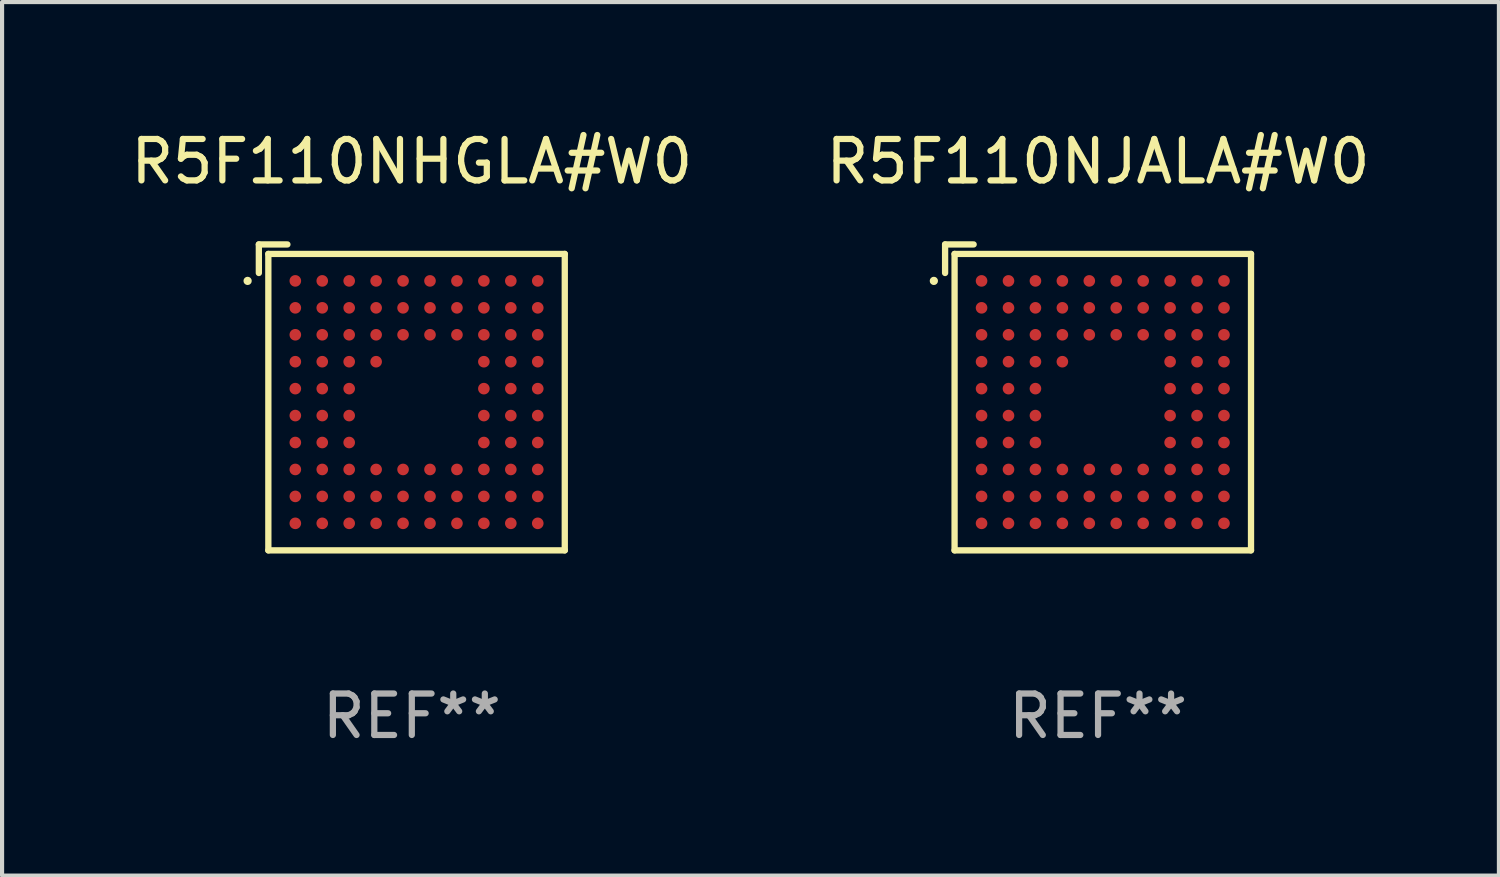
<source format=kicad_pcb>
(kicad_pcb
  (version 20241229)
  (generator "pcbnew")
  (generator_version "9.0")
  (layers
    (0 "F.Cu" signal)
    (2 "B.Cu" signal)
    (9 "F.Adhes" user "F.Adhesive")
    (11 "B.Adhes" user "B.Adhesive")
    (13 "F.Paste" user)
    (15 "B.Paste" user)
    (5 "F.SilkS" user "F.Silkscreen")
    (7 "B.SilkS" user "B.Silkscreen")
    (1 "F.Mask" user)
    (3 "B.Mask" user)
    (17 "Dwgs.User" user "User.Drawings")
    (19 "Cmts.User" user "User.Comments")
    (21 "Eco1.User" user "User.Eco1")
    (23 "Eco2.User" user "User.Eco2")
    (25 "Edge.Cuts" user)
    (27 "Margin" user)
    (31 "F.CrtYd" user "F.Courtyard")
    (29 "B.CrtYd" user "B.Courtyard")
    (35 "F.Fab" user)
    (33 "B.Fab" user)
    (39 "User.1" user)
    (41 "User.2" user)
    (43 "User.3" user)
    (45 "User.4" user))
  (footprint "R5F110NJALA#W0"
    (layer "F.Cu")
    (at 23.446 6.539)
    (property "Reference" "R5F110NJALA#W0" (at 0 -5.691 0) (layer "F.SilkS") (effects (font (size 1 1) (thickness 0.15))))
    (attr through_hole)
    (fp_line (start -3.691 -3.691) (end -3.002 -3.691) (stroke (width 0.152) (type solid)) (layer "F.SilkS"))
    (fp_line (start -3.691 -3.002) (end -3.691 -3.691) (stroke (width 0.152) (type solid)) (layer "F.SilkS"))
    (fp_line (start -3.462 -3.462) (end 3.691 -3.462) (stroke (width 0.152) (type solid)) (layer "F.SilkS"))
    (fp_line (start -3.462 3.691) (end -3.462 -3.462) (stroke (width 0.152) (type solid)) (layer "F.SilkS"))
    (fp_line (start 3.691 -3.462) (end 3.691 3.691) (stroke (width 0.152) (type solid)) (layer "F.SilkS"))
    (fp_line (start 3.691 3.691) (end -3.462 3.691) (stroke (width 0.152) (type solid)) (layer "F.SilkS"))
    (fp_circle (center -3.962 -2.811) (end -3.912 -2.811) (stroke (width 0.1) (type solid)) (fill no) (layer "F.SilkS"))
    (fp_text user "REF**" (at 0 7.691 0) (layer "F.Fab") (effects (font (size 1 1) (thickness 0.15))))
    (pad "A1" smd circle (at -2.811 -2.811) (size 0.28 0.28) (layers "F.Cu" "F.Mask" "F.Paste"))
    (pad "A2" smd circle (at -2.161 -2.811) (size 0.28 0.28) (layers "F.Cu" "F.Mask" "F.Paste"))
    (pad "A3" smd circle (at -1.511 -2.811) (size 0.28 0.28) (layers "F.Cu" "F.Mask" "F.Paste"))
    (pad "A4" smd circle (at -0.861 -2.811) (size 0.28 0.28) (layers "F.Cu" "F.Mask" "F.Paste"))
    (pad "A5" smd circle (at -0.211 -2.811) (size 0.28 0.28) (layers "F.Cu" "F.Mask" "F.Paste"))
    (pad "A6" smd circle (at 0.439 -2.811) (size 0.28 0.28) (layers "F.Cu" "F.Mask" "F.Paste"))
    (pad "A7" smd circle (at 1.089 -2.811) (size 0.28 0.28) (layers "F.Cu" "F.Mask" "F.Paste"))
    (pad "A8" smd circle (at 1.739 -2.811) (size 0.28 0.28) (layers "F.Cu" "F.Mask" "F.Paste"))
    (pad "A9" smd circle (at 2.389 -2.811) (size 0.28 0.28) (layers "F.Cu" "F.Mask" "F.Paste"))
    (pad "A10" smd circle (at 3.039 -2.811) (size 0.28 0.28) (layers "F.Cu" "F.Mask" "F.Paste"))
    (pad "B1" smd circle (at -2.811 -2.161) (size 0.28 0.28) (layers "F.Cu" "F.Mask" "F.Paste"))
    (pad "B2" smd circle (at -2.161 -2.161) (size 0.28 0.28) (layers "F.Cu" "F.Mask" "F.Paste"))
    (pad "B3" smd circle (at -1.511 -2.161) (size 0.28 0.28) (layers "F.Cu" "F.Mask" "F.Paste"))
    (pad "B4" smd circle (at -0.861 -2.161) (size 0.28 0.28) (layers "F.Cu" "F.Mask" "F.Paste"))
    (pad "B5" smd circle (at -0.211 -2.161) (size 0.28 0.28) (layers "F.Cu" "F.Mask" "F.Paste"))
    (pad "B6" smd circle (at 0.439 -2.161) (size 0.28 0.28) (layers "F.Cu" "F.Mask" "F.Paste"))
    (pad "B7" smd circle (at 1.089 -2.161) (size 0.28 0.28) (layers "F.Cu" "F.Mask" "F.Paste"))
    (pad "B8" smd circle (at 1.739 -2.161) (size 0.28 0.28) (layers "F.Cu" "F.Mask" "F.Paste"))
    (pad "B9" smd circle (at 2.389 -2.161) (size 0.28 0.28) (layers "F.Cu" "F.Mask" "F.Paste"))
    (pad "B10" smd circle (at 3.039 -2.161) (size 0.28 0.28) (layers "F.Cu" "F.Mask" "F.Paste"))
    (pad "C1" smd circle (at -2.811 -1.511) (size 0.28 0.28) (layers "F.Cu" "F.Mask" "F.Paste"))
    (pad "C2" smd circle (at -2.161 -1.511) (size 0.28 0.28) (layers "F.Cu" "F.Mask" "F.Paste"))
    (pad "C3" smd circle (at -1.511 -1.511) (size 0.28 0.28) (layers "F.Cu" "F.Mask" "F.Paste"))
    (pad "C4" smd circle (at -0.861 -1.511) (size 0.28 0.28) (layers "F.Cu" "F.Mask" "F.Paste"))
    (pad "C5" smd circle (at -0.211 -1.511) (size 0.28 0.28) (layers "F.Cu" "F.Mask" "F.Paste"))
    (pad "C6" smd circle (at 0.439 -1.511) (size 0.28 0.28) (layers "F.Cu" "F.Mask" "F.Paste"))
    (pad "C7" smd circle (at 1.089 -1.511) (size 0.28 0.28) (layers "F.Cu" "F.Mask" "F.Paste"))
    (pad "C8" smd circle (at 1.739 -1.511) (size 0.28 0.28) (layers "F.Cu" "F.Mask" "F.Paste"))
    (pad "C9" smd circle (at 2.389 -1.511) (size 0.28 0.28) (layers "F.Cu" "F.Mask" "F.Paste"))
    (pad "C10" smd circle (at 3.039 -1.511) (size 0.28 0.28) (layers "F.Cu" "F.Mask" "F.Paste"))
    (pad "D1" smd circle (at -2.811 -0.861) (size 0.28 0.28) (layers "F.Cu" "F.Mask" "F.Paste"))
    (pad "D2" smd circle (at -2.161 -0.861) (size 0.28 0.28) (layers "F.Cu" "F.Mask" "F.Paste"))
    (pad "D3" smd circle (at -1.511 -0.861) (size 0.28 0.28) (layers "F.Cu" "F.Mask" "F.Paste"))
    (pad "D4" smd circle (at -0.861 -0.861) (size 0.28 0.28) (layers "F.Cu" "F.Mask" "F.Paste"))
    (pad "D8" smd circle (at 1.739 -0.861) (size 0.28 0.28) (layers "F.Cu" "F.Mask" "F.Paste"))
    (pad "D9" smd circle (at 2.389 -0.861) (size 0.28 0.28) (layers "F.Cu" "F.Mask" "F.Paste"))
    (pad "D10" smd circle (at 3.039 -0.861) (size 0.28 0.28) (layers "F.Cu" "F.Mask" "F.Paste"))
    (pad "E1" smd circle (at -2.811 -0.211) (size 0.28 0.28) (layers "F.Cu" "F.Mask" "F.Paste"))
    (pad "E2" smd circle (at -2.161 -0.211) (size 0.28 0.28) (layers "F.Cu" "F.Mask" "F.Paste"))
    (pad "E3" smd circle (at -1.511 -0.211) (size 0.28 0.28) (layers "F.Cu" "F.Mask" "F.Paste"))
    (pad "E8" smd circle (at 1.739 -0.211) (size 0.28 0.28) (layers "F.Cu" "F.Mask" "F.Paste"))
    (pad "E9" smd circle (at 2.389 -0.211) (size 0.28 0.28) (layers "F.Cu" "F.Mask" "F.Paste"))
    (pad "E10" smd circle (at 3.039 -0.211) (size 0.28 0.28) (layers "F.Cu" "F.Mask" "F.Paste"))
    (pad "F1" smd circle (at -2.811 0.439) (size 0.28 0.28) (layers "F.Cu" "F.Mask" "F.Paste"))
    (pad "F2" smd circle (at -2.161 0.439) (size 0.28 0.28) (layers "F.Cu" "F.Mask" "F.Paste"))
    (pad "F3" smd circle (at -1.511 0.439) (size 0.28 0.28) (layers "F.Cu" "F.Mask" "F.Paste"))
    (pad "F8" smd circle (at 1.739 0.439) (size 0.28 0.28) (layers "F.Cu" "F.Mask" "F.Paste"))
    (pad "F9" smd circle (at 2.389 0.439) (size 0.28 0.28) (layers "F.Cu" "F.Mask" "F.Paste"))
    (pad "F10" smd circle (at 3.039 0.439) (size 0.28 0.28) (layers "F.Cu" "F.Mask" "F.Paste"))
    (pad "G1" smd circle (at -2.811 1.089) (size 0.28 0.28) (layers "F.Cu" "F.Mask" "F.Paste"))
    (pad "G2" smd circle (at -2.161 1.089) (size 0.28 0.28) (layers "F.Cu" "F.Mask" "F.Paste"))
    (pad "G3" smd circle (at -1.511 1.089) (size 0.28 0.28) (layers "F.Cu" "F.Mask" "F.Paste"))
    (pad "G8" smd circle (at 1.739 1.089) (size 0.28 0.28) (layers "F.Cu" "F.Mask" "F.Paste"))
    (pad "G9" smd circle (at 2.389 1.089) (size 0.28 0.28) (layers "F.Cu" "F.Mask" "F.Paste"))
    (pad "G10" smd circle (at 3.039 1.089) (size 0.28 0.28) (layers "F.Cu" "F.Mask" "F.Paste"))
    (pad "H1" smd circle (at -2.811 1.739) (size 0.28 0.28) (layers "F.Cu" "F.Mask" "F.Paste"))
    (pad "H2" smd circle (at -2.161 1.739) (size 0.28 0.28) (layers "F.Cu" "F.Mask" "F.Paste"))
    (pad "H3" smd circle (at -1.511 1.739) (size 0.28 0.28) (layers "F.Cu" "F.Mask" "F.Paste"))
    (pad "H4" smd circle (at -0.861 1.739) (size 0.28 0.28) (layers "F.Cu" "F.Mask" "F.Paste"))
    (pad "H5" smd circle (at -0.211 1.739) (size 0.28 0.28) (layers "F.Cu" "F.Mask" "F.Paste"))
    (pad "H6" smd circle (at 0.439 1.739) (size 0.28 0.28) (layers "F.Cu" "F.Mask" "F.Paste"))
    (pad "H7" smd circle (at 1.089 1.739) (size 0.28 0.28) (layers "F.Cu" "F.Mask" "F.Paste"))
    (pad "H8" smd circle (at 1.739 1.739) (size 0.28 0.28) (layers "F.Cu" "F.Mask" "F.Paste"))
    (pad "H9" smd circle (at 2.389 1.739) (size 0.28 0.28) (layers "F.Cu" "F.Mask" "F.Paste"))
    (pad "H10" smd circle (at 3.039 1.739) (size 0.28 0.28) (layers "F.Cu" "F.Mask" "F.Paste"))
    (pad "J1" smd circle (at -2.811 2.389) (size 0.28 0.28) (layers "F.Cu" "F.Mask" "F.Paste"))
    (pad "J2" smd circle (at -2.161 2.389) (size 0.28 0.28) (layers "F.Cu" "F.Mask" "F.Paste"))
    (pad "J3" smd circle (at -1.511 2.389) (size 0.28 0.28) (layers "F.Cu" "F.Mask" "F.Paste"))
    (pad "J4" smd circle (at -0.861 2.389) (size 0.28 0.28) (layers "F.Cu" "F.Mask" "F.Paste"))
    (pad "J5" smd circle (at -0.211 2.389) (size 0.28 0.28) (layers "F.Cu" "F.Mask" "F.Paste"))
    (pad "J6" smd circle (at 0.439 2.389) (size 0.28 0.28) (layers "F.Cu" "F.Mask" "F.Paste"))
    (pad "J7" smd circle (at 1.089 2.389) (size 0.28 0.28) (layers "F.Cu" "F.Mask" "F.Paste"))
    (pad "J8" smd circle (at 1.739 2.389) (size 0.28 0.28) (layers "F.Cu" "F.Mask" "F.Paste"))
    (pad "J9" smd circle (at 2.389 2.389) (size 0.28 0.28) (layers "F.Cu" "F.Mask" "F.Paste"))
    (pad "J10" smd circle (at 3.039 2.389) (size 0.28 0.28) (layers "F.Cu" "F.Mask" "F.Paste"))
    (pad "K1" smd circle (at -2.811 3.039) (size 0.28 0.28) (layers "F.Cu" "F.Mask" "F.Paste"))
    (pad "K2" smd circle (at -2.161 3.039) (size 0.28 0.28) (layers "F.Cu" "F.Mask" "F.Paste"))
    (pad "K3" smd circle (at -1.511 3.039) (size 0.28 0.28) (layers "F.Cu" "F.Mask" "F.Paste"))
    (pad "K4" smd circle (at -0.861 3.039) (size 0.28 0.28) (layers "F.Cu" "F.Mask" "F.Paste"))
    (pad "K5" smd circle (at -0.211 3.039) (size 0.28 0.28) (layers "F.Cu" "F.Mask" "F.Paste"))
    (pad "K6" smd circle (at 0.439 3.039) (size 0.28 0.28) (layers "F.Cu" "F.Mask" "F.Paste"))
    (pad "K7" smd circle (at 1.089 3.039) (size 0.28 0.28) (layers "F.Cu" "F.Mask" "F.Paste"))
    (pad "K8" smd circle (at 1.739 3.039) (size 0.28 0.28) (layers "F.Cu" "F.Mask" "F.Paste"))
    (pad "K9" smd circle (at 2.389 3.039) (size 0.28 0.28) (layers "F.Cu" "F.Mask" "F.Paste"))
    (pad "K10" smd circle (at 3.039 3.039) (size 0.28 0.28) (layers "F.Cu" "F.Mask" "F.Paste")))
  (footprint "R5F110NHGLA#W0"
    (layer "F.Cu")
    (at 6.887 6.539)
    (property "Reference" "R5F110NHGLA#W0" (at 0 -5.691 0) (layer "F.SilkS") (effects (font (size 1 1) (thickness 0.15))))
    (attr through_hole)
    (fp_line (start -3.691 -3.691) (end -3.002 -3.691) (stroke (width 0.152) (type solid)) (layer "F.SilkS"))
    (fp_line (start -3.691 -3.002) (end -3.691 -3.691) (stroke (width 0.152) (type solid)) (layer "F.SilkS"))
    (fp_line (start -3.462 -3.462) (end 3.691 -3.462) (stroke (width 0.152) (type solid)) (layer "F.SilkS"))
    (fp_line (start -3.462 3.691) (end -3.462 -3.462) (stroke (width 0.152) (type solid)) (layer "F.SilkS"))
    (fp_line (start 3.691 -3.462) (end 3.691 3.691) (stroke (width 0.152) (type solid)) (layer "F.SilkS"))
    (fp_line (start 3.691 3.691) (end -3.462 3.691) (stroke (width 0.152) (type solid)) (layer "F.SilkS"))
    (fp_circle (center -3.962 -2.811) (end -3.912 -2.811) (stroke (width 0.1) (type solid)) (fill no) (layer "F.SilkS"))
    (fp_text user "REF**" (at 0 7.691 0) (layer "F.Fab") (effects (font (size 1 1) (thickness 0.15))))
    (pad "A1" smd circle (at -2.811 -2.811) (size 0.28 0.28) (layers "F.Cu" "F.Mask" "F.Paste"))
    (pad "A2" smd circle (at -2.161 -2.811) (size 0.28 0.28) (layers "F.Cu" "F.Mask" "F.Paste"))
    (pad "A3" smd circle (at -1.511 -2.811) (size 0.28 0.28) (layers "F.Cu" "F.Mask" "F.Paste"))
    (pad "A4" smd circle (at -0.861 -2.811) (size 0.28 0.28) (layers "F.Cu" "F.Mask" "F.Paste"))
    (pad "A5" smd circle (at -0.211 -2.811) (size 0.28 0.28) (layers "F.Cu" "F.Mask" "F.Paste"))
    (pad "A6" smd circle (at 0.439 -2.811) (size 0.28 0.28) (layers "F.Cu" "F.Mask" "F.Paste"))
    (pad "A7" smd circle (at 1.089 -2.811) (size 0.28 0.28) (layers "F.Cu" "F.Mask" "F.Paste"))
    (pad "A8" smd circle (at 1.739 -2.811) (size 0.28 0.28) (layers "F.Cu" "F.Mask" "F.Paste"))
    (pad "A9" smd circle (at 2.389 -2.811) (size 0.28 0.28) (layers "F.Cu" "F.Mask" "F.Paste"))
    (pad "A10" smd circle (at 3.039 -2.811) (size 0.28 0.28) (layers "F.Cu" "F.Mask" "F.Paste"))
    (pad "B1" smd circle (at -2.811 -2.161) (size 0.28 0.28) (layers "F.Cu" "F.Mask" "F.Paste"))
    (pad "B2" smd circle (at -2.161 -2.161) (size 0.28 0.28) (layers "F.Cu" "F.Mask" "F.Paste"))
    (pad "B3" smd circle (at -1.511 -2.161) (size 0.28 0.28) (layers "F.Cu" "F.Mask" "F.Paste"))
    (pad "B4" smd circle (at -0.861 -2.161) (size 0.28 0.28) (layers "F.Cu" "F.Mask" "F.Paste"))
    (pad "B5" smd circle (at -0.211 -2.161) (size 0.28 0.28) (layers "F.Cu" "F.Mask" "F.Paste"))
    (pad "B6" smd circle (at 0.439 -2.161) (size 0.28 0.28) (layers "F.Cu" "F.Mask" "F.Paste"))
    (pad "B7" smd circle (at 1.089 -2.161) (size 0.28 0.28) (layers "F.Cu" "F.Mask" "F.Paste"))
    (pad "B8" smd circle (at 1.739 -2.161) (size 0.28 0.28) (layers "F.Cu" "F.Mask" "F.Paste"))
    (pad "B9" smd circle (at 2.389 -2.161) (size 0.28 0.28) (layers "F.Cu" "F.Mask" "F.Paste"))
    (pad "B10" smd circle (at 3.039 -2.161) (size 0.28 0.28) (layers "F.Cu" "F.Mask" "F.Paste"))
    (pad "C1" smd circle (at -2.811 -1.511) (size 0.28 0.28) (layers "F.Cu" "F.Mask" "F.Paste"))
    (pad "C2" smd circle (at -2.161 -1.511) (size 0.28 0.28) (layers "F.Cu" "F.Mask" "F.Paste"))
    (pad "C3" smd circle (at -1.511 -1.511) (size 0.28 0.28) (layers "F.Cu" "F.Mask" "F.Paste"))
    (pad "C4" smd circle (at -0.861 -1.511) (size 0.28 0.28) (layers "F.Cu" "F.Mask" "F.Paste"))
    (pad "C5" smd circle (at -0.211 -1.511) (size 0.28 0.28) (layers "F.Cu" "F.Mask" "F.Paste"))
    (pad "C6" smd circle (at 0.439 -1.511) (size 0.28 0.28) (layers "F.Cu" "F.Mask" "F.Paste"))
    (pad "C7" smd circle (at 1.089 -1.511) (size 0.28 0.28) (layers "F.Cu" "F.Mask" "F.Paste"))
    (pad "C8" smd circle (at 1.739 -1.511) (size 0.28 0.28) (layers "F.Cu" "F.Mask" "F.Paste"))
    (pad "C9" smd circle (at 2.389 -1.511) (size 0.28 0.28) (layers "F.Cu" "F.Mask" "F.Paste"))
    (pad "C10" smd circle (at 3.039 -1.511) (size 0.28 0.28) (layers "F.Cu" "F.Mask" "F.Paste"))
    (pad "D1" smd circle (at -2.811 -0.861) (size 0.28 0.28) (layers "F.Cu" "F.Mask" "F.Paste"))
    (pad "D2" smd circle (at -2.161 -0.861) (size 0.28 0.28) (layers "F.Cu" "F.Mask" "F.Paste"))
    (pad "D3" smd circle (at -1.511 -0.861) (size 0.28 0.28) (layers "F.Cu" "F.Mask" "F.Paste"))
    (pad "D4" smd circle (at -0.861 -0.861) (size 0.28 0.28) (layers "F.Cu" "F.Mask" "F.Paste"))
    (pad "D8" smd circle (at 1.739 -0.861) (size 0.28 0.28) (layers "F.Cu" "F.Mask" "F.Paste"))
    (pad "D9" smd circle (at 2.389 -0.861) (size 0.28 0.28) (layers "F.Cu" "F.Mask" "F.Paste"))
    (pad "D10" smd circle (at 3.039 -0.861) (size 0.28 0.28) (layers "F.Cu" "F.Mask" "F.Paste"))
    (pad "E1" smd circle (at -2.811 -0.211) (size 0.28 0.28) (layers "F.Cu" "F.Mask" "F.Paste"))
    (pad "E2" smd circle (at -2.161 -0.211) (size 0.28 0.28) (layers "F.Cu" "F.Mask" "F.Paste"))
    (pad "E3" smd circle (at -1.511 -0.211) (size 0.28 0.28) (layers "F.Cu" "F.Mask" "F.Paste"))
    (pad "E8" smd circle (at 1.739 -0.211) (size 0.28 0.28) (layers "F.Cu" "F.Mask" "F.Paste"))
    (pad "E9" smd circle (at 2.389 -0.211) (size 0.28 0.28) (layers "F.Cu" "F.Mask" "F.Paste"))
    (pad "E10" smd circle (at 3.039 -0.211) (size 0.28 0.28) (layers "F.Cu" "F.Mask" "F.Paste"))
    (pad "F1" smd circle (at -2.811 0.439) (size 0.28 0.28) (layers "F.Cu" "F.Mask" "F.Paste"))
    (pad "F2" smd circle (at -2.161 0.439) (size 0.28 0.28) (layers "F.Cu" "F.Mask" "F.Paste"))
    (pad "F3" smd circle (at -1.511 0.439) (size 0.28 0.28) (layers "F.Cu" "F.Mask" "F.Paste"))
    (pad "F8" smd circle (at 1.739 0.439) (size 0.28 0.28) (layers "F.Cu" "F.Mask" "F.Paste"))
    (pad "F9" smd circle (at 2.389 0.439) (size 0.28 0.28) (layers "F.Cu" "F.Mask" "F.Paste"))
    (pad "F10" smd circle (at 3.039 0.439) (size 0.28 0.28) (layers "F.Cu" "F.Mask" "F.Paste"))
    (pad "G1" smd circle (at -2.811 1.089) (size 0.28 0.28) (layers "F.Cu" "F.Mask" "F.Paste"))
    (pad "G2" smd circle (at -2.161 1.089) (size 0.28 0.28) (layers "F.Cu" "F.Mask" "F.Paste"))
    (pad "G3" smd circle (at -1.511 1.089) (size 0.28 0.28) (layers "F.Cu" "F.Mask" "F.Paste"))
    (pad "G8" smd circle (at 1.739 1.089) (size 0.28 0.28) (layers "F.Cu" "F.Mask" "F.Paste"))
    (pad "G9" smd circle (at 2.389 1.089) (size 0.28 0.28) (layers "F.Cu" "F.Mask" "F.Paste"))
    (pad "G10" smd circle (at 3.039 1.089) (size 0.28 0.28) (layers "F.Cu" "F.Mask" "F.Paste"))
    (pad "H1" smd circle (at -2.811 1.739) (size 0.28 0.28) (layers "F.Cu" "F.Mask" "F.Paste"))
    (pad "H2" smd circle (at -2.161 1.739) (size 0.28 0.28) (layers "F.Cu" "F.Mask" "F.Paste"))
    (pad "H3" smd circle (at -1.511 1.739) (size 0.28 0.28) (layers "F.Cu" "F.Mask" "F.Paste"))
    (pad "H4" smd circle (at -0.861 1.739) (size 0.28 0.28) (layers "F.Cu" "F.Mask" "F.Paste"))
    (pad "H5" smd circle (at -0.211 1.739) (size 0.28 0.28) (layers "F.Cu" "F.Mask" "F.Paste"))
    (pad "H6" smd circle (at 0.439 1.739) (size 0.28 0.28) (layers "F.Cu" "F.Mask" "F.Paste"))
    (pad "H7" smd circle (at 1.089 1.739) (size 0.28 0.28) (layers "F.Cu" "F.Mask" "F.Paste"))
    (pad "H8" smd circle (at 1.739 1.739) (size 0.28 0.28) (layers "F.Cu" "F.Mask" "F.Paste"))
    (pad "H9" smd circle (at 2.389 1.739) (size 0.28 0.28) (layers "F.Cu" "F.Mask" "F.Paste"))
    (pad "H10" smd circle (at 3.039 1.739) (size 0.28 0.28) (layers "F.Cu" "F.Mask" "F.Paste"))
    (pad "J1" smd circle (at -2.811 2.389) (size 0.28 0.28) (layers "F.Cu" "F.Mask" "F.Paste"))
    (pad "J2" smd circle (at -2.161 2.389) (size 0.28 0.28) (layers "F.Cu" "F.Mask" "F.Paste"))
    (pad "J3" smd circle (at -1.511 2.389) (size 0.28 0.28) (layers "F.Cu" "F.Mask" "F.Paste"))
    (pad "J4" smd circle (at -0.861 2.389) (size 0.28 0.28) (layers "F.Cu" "F.Mask" "F.Paste"))
    (pad "J5" smd circle (at -0.211 2.389) (size 0.28 0.28) (layers "F.Cu" "F.Mask" "F.Paste"))
    (pad "J6" smd circle (at 0.439 2.389) (size 0.28 0.28) (layers "F.Cu" "F.Mask" "F.Paste"))
    (pad "J7" smd circle (at 1.089 2.389) (size 0.28 0.28) (layers "F.Cu" "F.Mask" "F.Paste"))
    (pad "J8" smd circle (at 1.739 2.389) (size 0.28 0.28) (layers "F.Cu" "F.Mask" "F.Paste"))
    (pad "J9" smd circle (at 2.389 2.389) (size 0.28 0.28) (layers "F.Cu" "F.Mask" "F.Paste"))
    (pad "J10" smd circle (at 3.039 2.389) (size 0.28 0.28) (layers "F.Cu" "F.Mask" "F.Paste"))
    (pad "K1" smd circle (at -2.811 3.039) (size 0.28 0.28) (layers "F.Cu" "F.Mask" "F.Paste"))
    (pad "K2" smd circle (at -2.161 3.039) (size 0.28 0.28) (layers "F.Cu" "F.Mask" "F.Paste"))
    (pad "K3" smd circle (at -1.511 3.039) (size 0.28 0.28) (layers "F.Cu" "F.Mask" "F.Paste"))
    (pad "K4" smd circle (at -0.861 3.039) (size 0.28 0.28) (layers "F.Cu" "F.Mask" "F.Paste"))
    (pad "K5" smd circle (at -0.211 3.039) (size 0.28 0.28) (layers "F.Cu" "F.Mask" "F.Paste"))
    (pad "K6" smd circle (at 0.439 3.039) (size 0.28 0.28) (layers "F.Cu" "F.Mask" "F.Paste"))
    (pad "K7" smd circle (at 1.089 3.039) (size 0.28 0.28) (layers "F.Cu" "F.Mask" "F.Paste"))
    (pad "K8" smd circle (at 1.739 3.039) (size 0.28 0.28) (layers "F.Cu" "F.Mask" "F.Paste"))
    (pad "K9" smd circle (at 2.389 3.039) (size 0.28 0.28) (layers "F.Cu" "F.Mask" "F.Paste"))
    (pad "K10" smd circle (at 3.039 3.039) (size 0.28 0.28) (layers "F.Cu" "F.Mask" "F.Paste")))
  (gr_rect
    (start -3 -3)
    (end 33.119 18.078)
    (stroke (width 0.1) (type default))
    (fill no)
    (layer "Edge.Cuts")))
</source>
